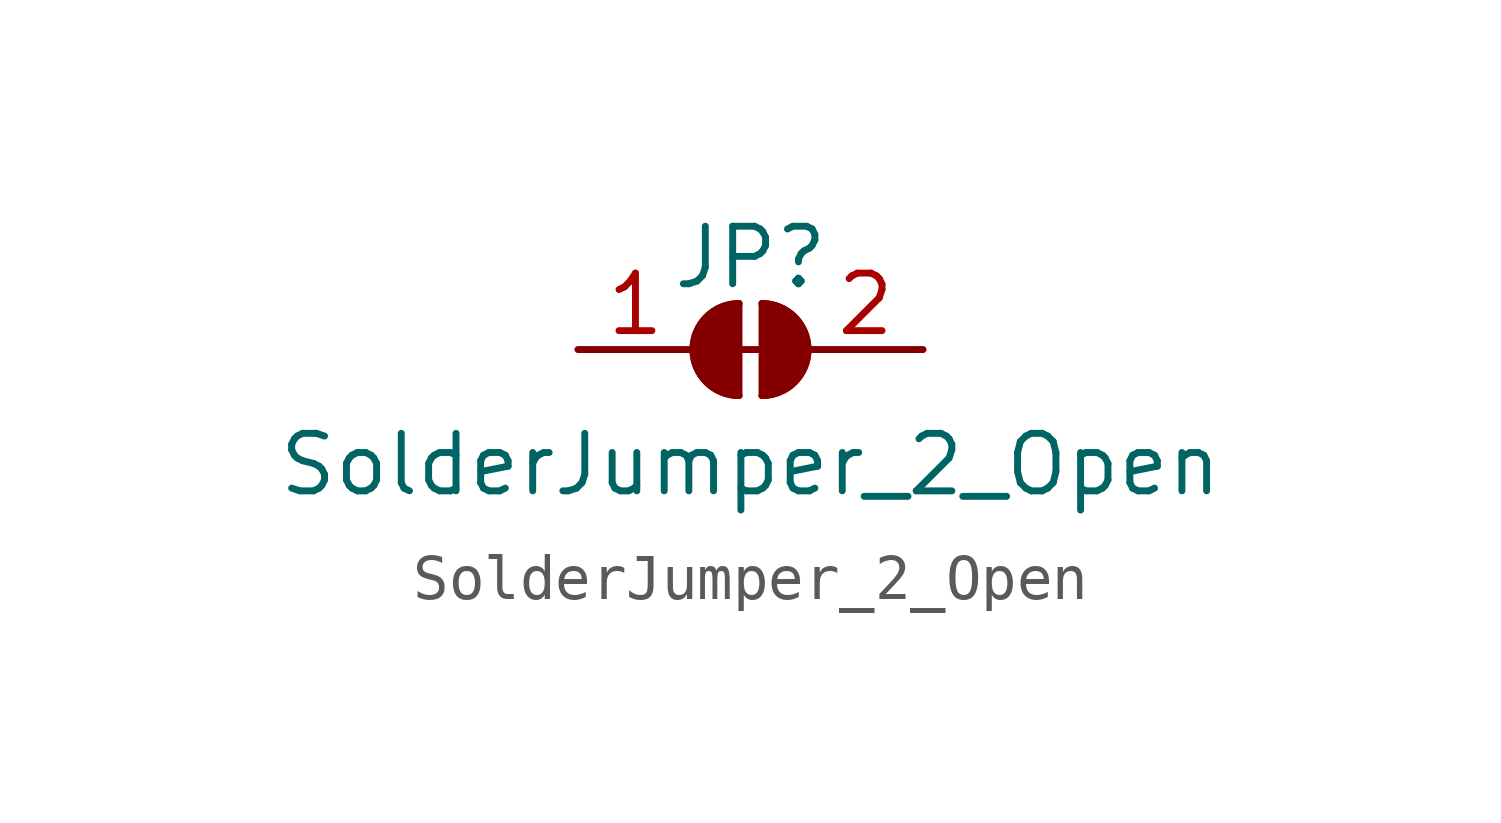
<source format=kicad_sym>
(kicad_symbol_lib
  (version 20231120)
  (generator "kicad_symbol_editor")
  (generator_version "8.0")
  (symbol "SolderJumper_2_Open"
    (pin_names
      (offset 0) hide)
    (property "Reference" "JP"
      (at 0 2.032 0)
      (effects (font (size 1.27 1.27))))
    (property "Value" "SolderJumper_2_Open"
      (at 0 -2.54 0)
      (effects (font (size 1.27 1.27))))
    (symbol "SolderJumper_2_Open_0_1"
      (arc (start -0.254 1.016) (mid -1.2656 0) (end -0.254 -1.016) (stroke (width 0) (type default)) (fill (type none)))
      (arc (start -0.254 1.016) (mid -1.2656 0) (end -0.254 -1.016) (stroke (width 0) (type default)) (fill (type outline)))
      (polyline (pts (xy -0.254 0) (xy 0.254 0)) (stroke (width 0) (type default)) (fill (type none)))
      (polyline (pts (xy -0.254 1.016) (xy -0.254 -1.016)) (stroke (width 0) (type default)) (fill (type none)))
      (polyline (pts (xy 0.254 1.016) (xy 0.254 -1.016)) (stroke (width 0) (type default)) (fill (type none)))
      (arc (start 0.254 -1.016) (mid 1.2656 0) (end 0.254 1.016) (stroke (width 0) (type default)) (fill (type none)))
      (arc (start 0.254 -1.016) (mid 1.2656 0) (end 0.254 1.016) (stroke (width 0) (type default)) (fill (type outline))))
    (symbol "SolderJumper_2_Open_1_1"
      (pin passive line (at -3.81 0 0) (length 2.54) (name "A" (effects (font (size 1.27 1.27)))) (number "1" (effects (font (size 1.27 1.27)))))
      (pin passive line (at 3.81 0 180) (length 2.54) (name "B" (effects (font (size 1.27 1.27)))) (number "2" (effects (font (size 1.27 1.27))))))))
</source>
